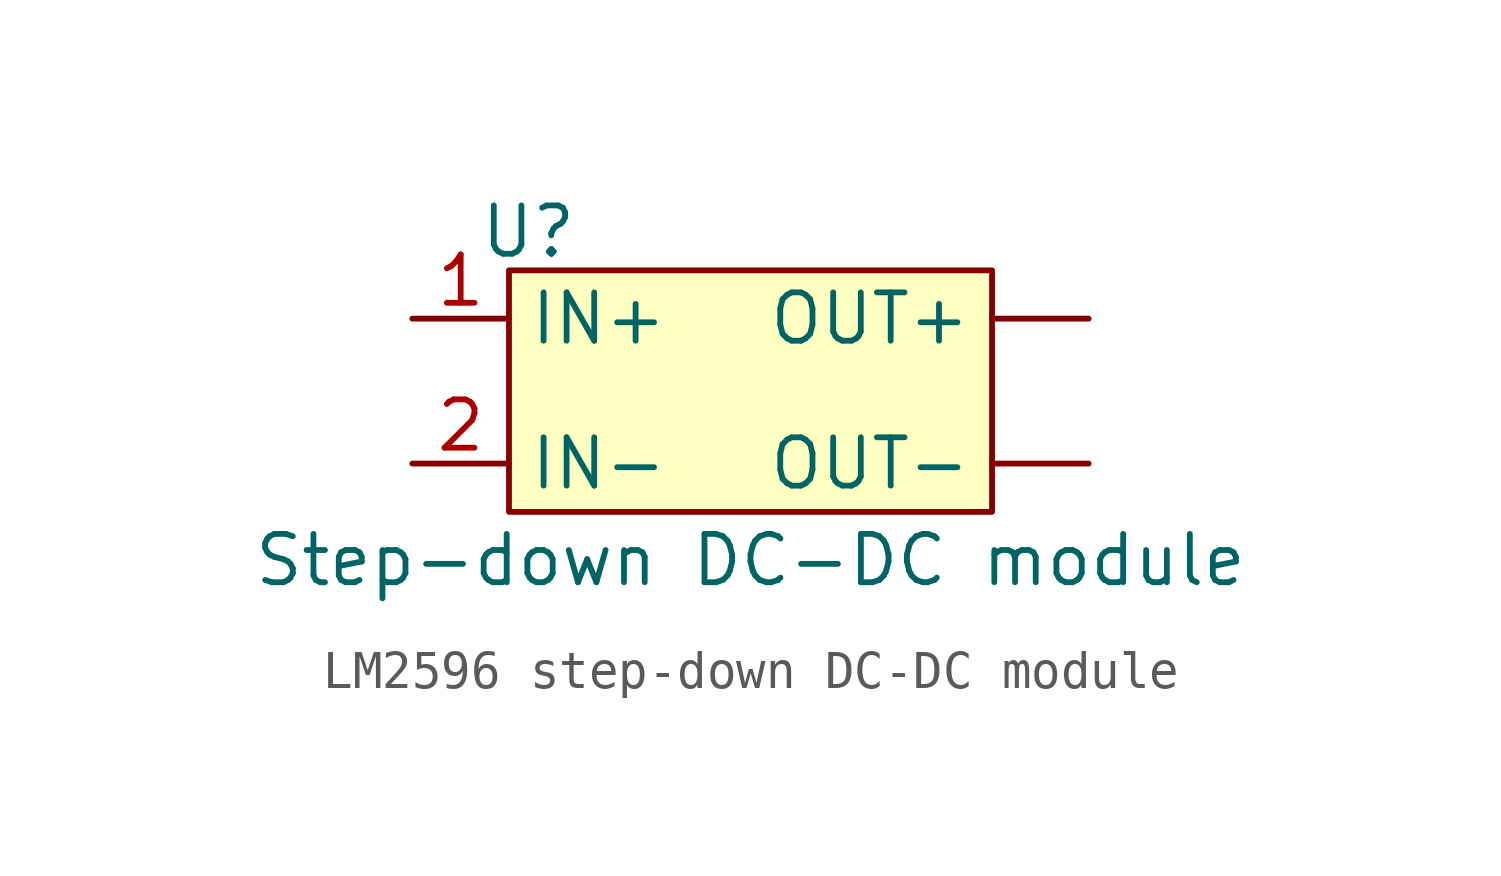
<source format=kicad_sym>
(kicad_symbol_lib
  (version 20231120)
  (generator "kicad_symbol_editor")
  (generator_version "8.0")
  (symbol "LM2596 step-down DC-DC module"
    (property "Reference" "U"
      (at -4.572 3.556 0)
      (effects (font (size 1.27 1.27))))
    (property "Value" "Step-down DC-DC module"
      (at 1.27 -5.08 0)
      (effects (font (size 1.27 1.27))))
    (symbol "LM2596 step-down DC-DC module_1_1"
      (rectangle (start -5.08 2.54) (end 7.62 -3.81) (stroke (width 0) (type default)) (fill (type background)))
      (pin input line (at 10.16 1.27 180) (length 2.54) (name "OUT+" (effects (font (size 1.27 1.27)))) (number "" (effects (font (size 1.27 1.27)))))
      (pin input line (at 10.16 -2.54 180) (length 2.54) (name "OUT-" (effects (font (size 1.27 1.27)))) (number "" (effects (font (size 1.27 1.27)))))
      (pin input line (at -7.62 1.27 0) (length 2.54) (name "IN+" (effects (font (size 1.27 1.27)))) (number "1" (effects (font (size 1.27 1.27)))))
      (pin input line (at -7.62 -2.54 0) (length 2.54) (name "IN-" (effects (font (size 1.27 1.27)))) (number "2" (effects (font (size 1.27 1.27))))))))
</source>
